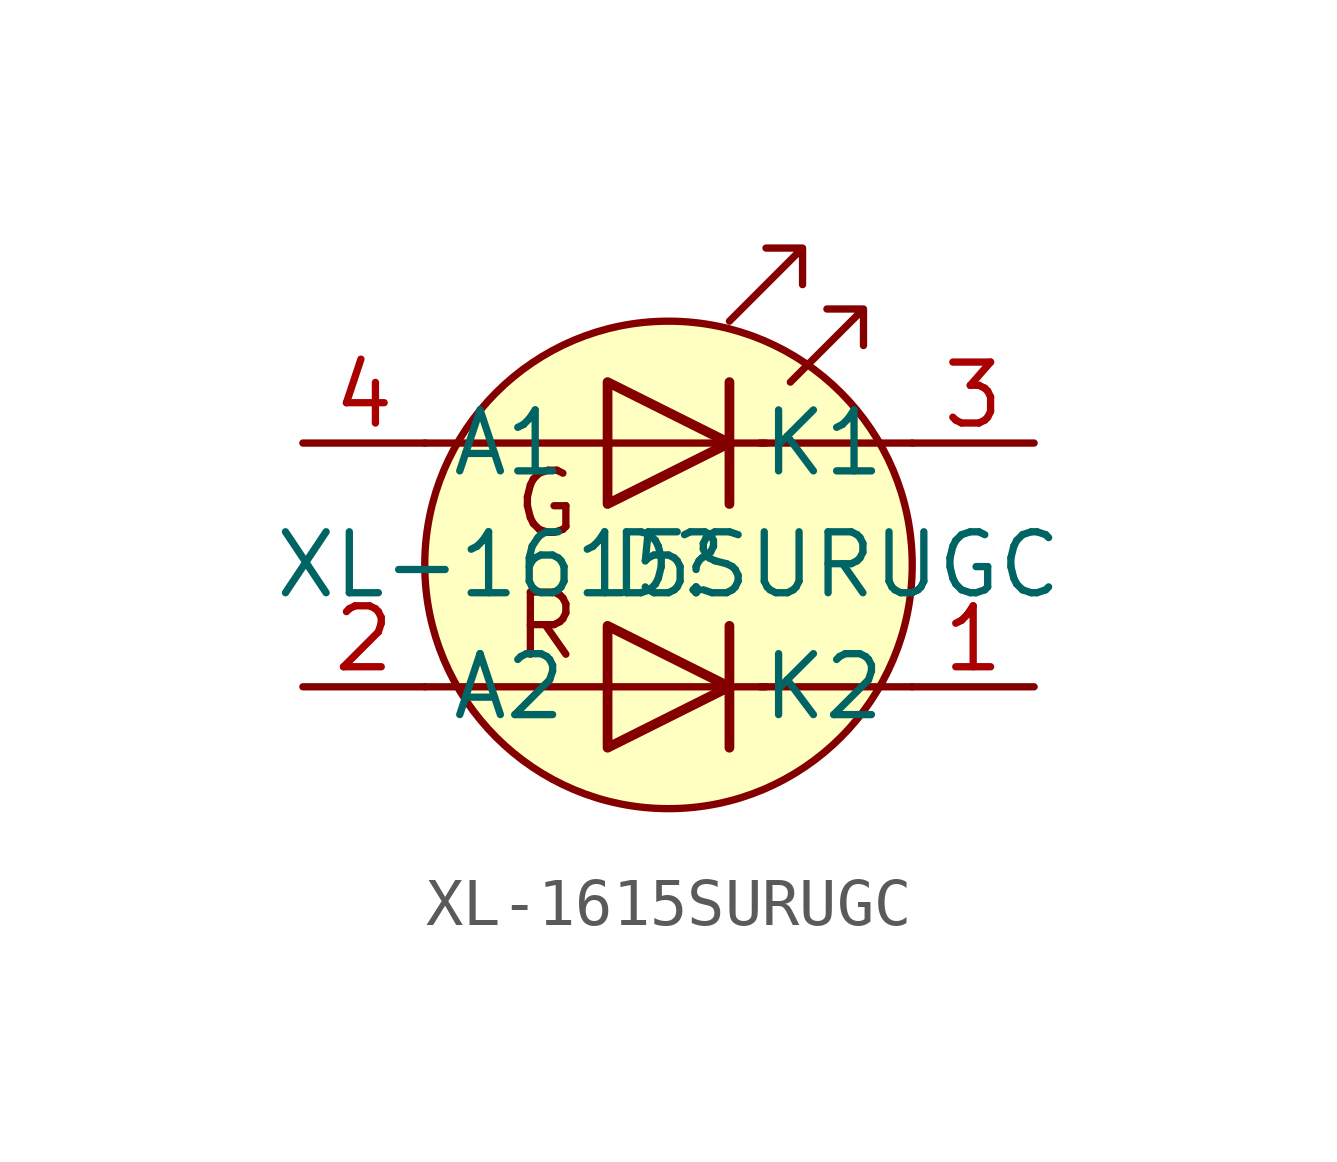
<source format=kicad_sym>
(kicad_symbol_lib
  (version 20231120)
  (generator "kicad_symbol_editor")
  (generator_version "8.0")
  (symbol "XL-1615SURUGC"
    (property "Reference" "D"
      (at 0 0 0)
      (effects (font (size 1.27 1.27))))
    (property "Value" "XL-1615SURUGC"
      (at 0 0 0)
      (effects (font (size 1.27 1.27))))
    (symbol "XL-1615SURUGC_0_1"
      (polyline (pts (xy -5.08 -2.54) (xy 2.032 -2.54)) (stroke (width 0) (type solid)) (fill (type none)))
      (polyline (pts (xy -5.08 2.54) (xy 2.032 2.54)) (stroke (width 0) (type solid)) (fill (type none)))
      (polyline (pts (xy 1.27 -1.27) (xy 1.27 -3.81)) (stroke (width 0.203) (type solid)) (fill (type none)))
      (polyline (pts (xy 1.27 3.81) (xy 1.27 1.27)) (stroke (width 0.203) (type solid)) (fill (type none)))
      (polyline (pts (xy 5.08 -2.54) (xy 1.905 -2.54)) (stroke (width 0) (type solid)) (fill (type none)))
      (polyline (pts (xy 5.08 2.54) (xy 1.905 2.54)) (stroke (width 0) (type solid)) (fill (type none)))
      (polyline (pts (xy -1.27 -1.27) (xy -1.27 -3.81) (xy 1.27 -2.54) (xy -1.27 -1.27)) (stroke (width 0.203) (type solid)) (fill (type none)))
      (polyline (pts (xy -1.27 3.81) (xy -1.27 1.27) (xy 1.27 2.54) (xy -1.27 3.81)) (stroke (width 0.203) (type solid)) (fill (type none)))
      (polyline (pts (xy 1.27 5.08) (xy 2.794 6.604) (xy 2.032 6.604) (xy 2.794 6.604) (xy 2.794 5.842)) (stroke (width 0) (type solid)) (fill (type none)))
      (polyline (pts (xy 2.54 3.81) (xy 4.064 5.334) (xy 3.302 5.334) (xy 4.064 5.334) (xy 4.064 4.572)) (stroke (width 0) (type solid)) (fill (type none)))
      (circle (center 0 0) (radius 5.08) (stroke (width 0) (type solid)) (fill (type background))))
    (symbol "XL-1615SURUGC_1_0"
      (text "G\n" (at -2.54 1.27 0) (effects (font (size 1.295 1.295))))
      (text "R" (at -2.54 -1.27 0) (effects (font (size 1.295 1.295)))))
    (symbol "XL-1615SURUGC_1_1"
      (pin input line (at 7.62 -2.54 180) (length 2.54) (name "K2" (effects (font (size 1.27 1.27)))) (number "1" (effects (font (size 1.27 1.27)))))
      (pin input line (at -7.62 -2.54 0) (length 2.54) (name "A2" (effects (font (size 1.27 1.27)))) (number "2" (effects (font (size 1.27 1.27)))))
      (pin input line (at 7.62 2.54 180) (length 2.54) (name "K1" (effects (font (size 1.27 1.27)))) (number "3" (effects (font (size 1.27 1.27)))))
      (pin input line (at -7.62 2.54 0) (length 2.54) (name "A1" (effects (font (size 1.27 1.27)))) (number "4" (effects (font (size 1.27 1.27))))))))
</source>
